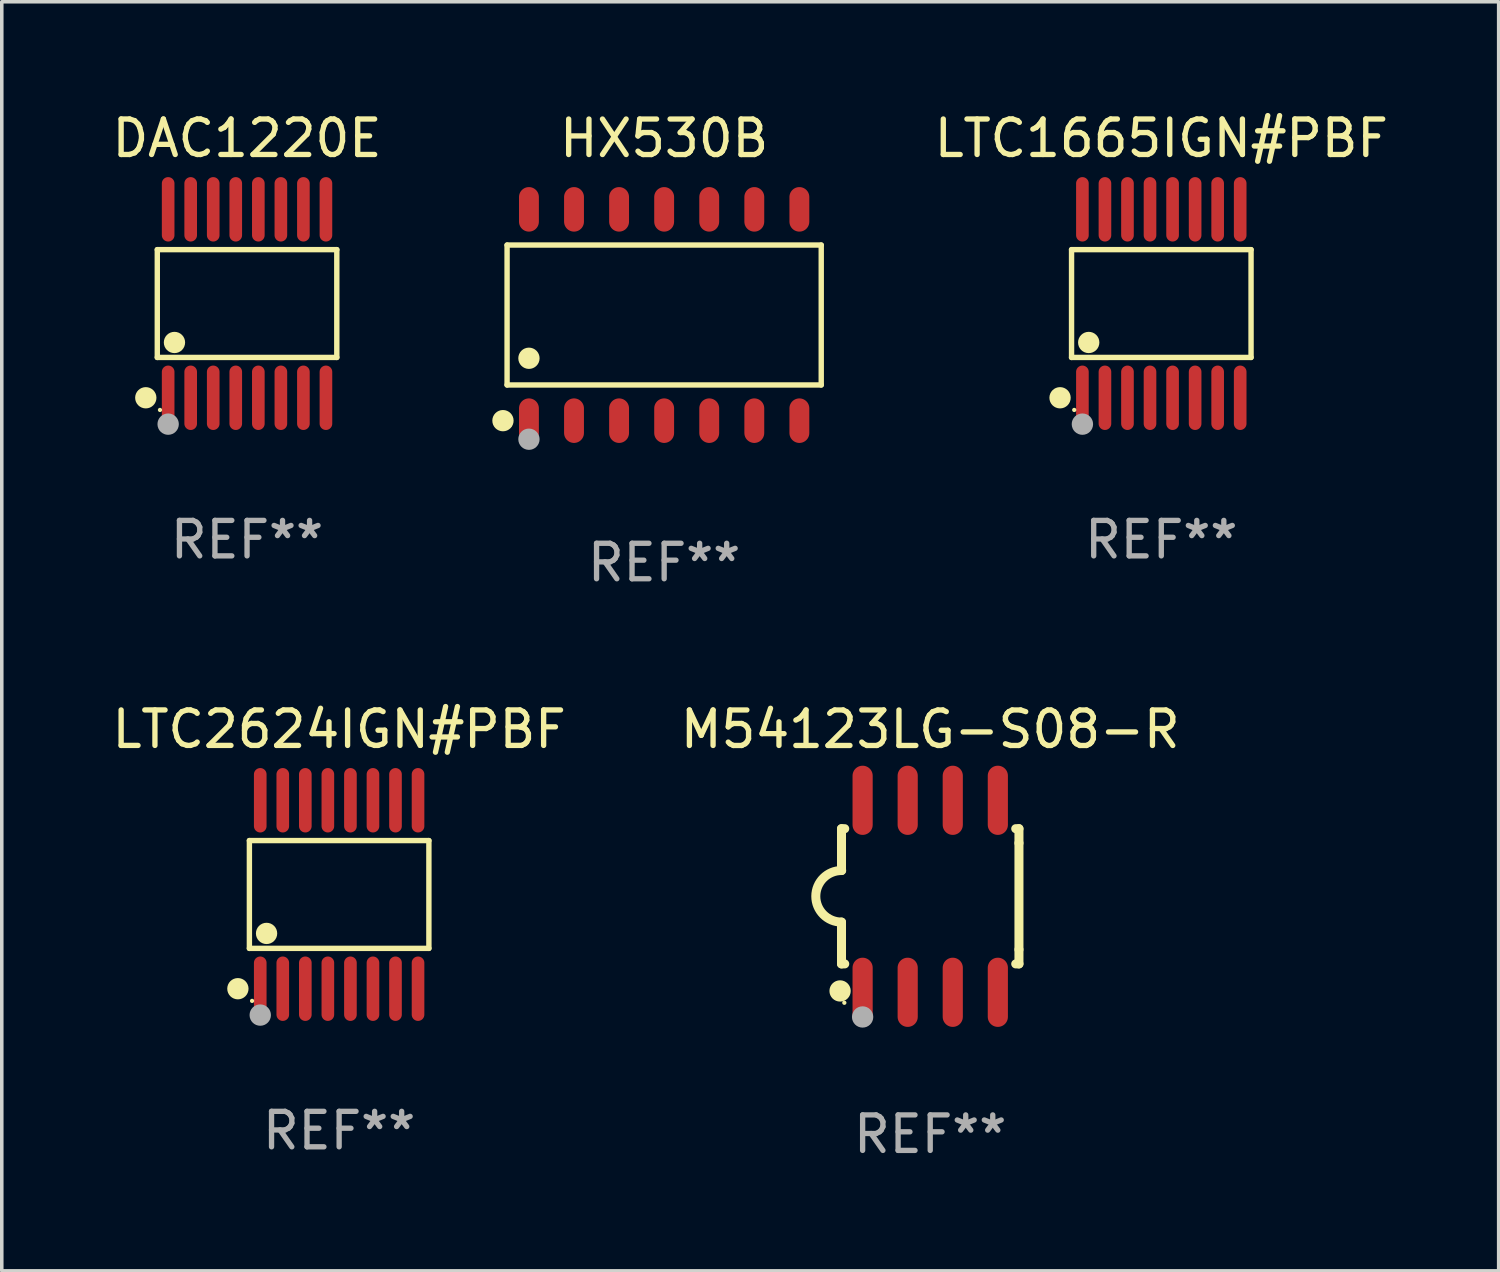
<source format=kicad_pcb>
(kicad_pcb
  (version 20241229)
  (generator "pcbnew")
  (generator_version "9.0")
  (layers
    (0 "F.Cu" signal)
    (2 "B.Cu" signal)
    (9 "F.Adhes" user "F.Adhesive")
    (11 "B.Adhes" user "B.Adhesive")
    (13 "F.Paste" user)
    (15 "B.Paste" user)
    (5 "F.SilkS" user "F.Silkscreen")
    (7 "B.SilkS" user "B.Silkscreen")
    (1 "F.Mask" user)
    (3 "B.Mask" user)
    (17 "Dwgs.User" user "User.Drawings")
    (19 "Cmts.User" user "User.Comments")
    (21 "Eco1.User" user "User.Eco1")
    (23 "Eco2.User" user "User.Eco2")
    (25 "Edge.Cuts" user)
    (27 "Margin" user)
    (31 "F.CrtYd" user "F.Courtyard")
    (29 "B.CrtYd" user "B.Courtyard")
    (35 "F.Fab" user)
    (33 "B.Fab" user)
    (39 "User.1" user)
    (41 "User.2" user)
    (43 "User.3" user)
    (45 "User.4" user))
  (footprint "M54123LG-S08-R"
    (layer "F.Cu")
    (at 23.161 22.205)
    (property "Reference" "M54123LG-S08-R" (at 0 -4.705 0) (layer "F.SilkS") (effects (font (size 1 1) (thickness 0.15))))
    (attr through_hole)
    (fp_line (start -2.5 -1.905) (end -2.409 -1.905) (stroke (width 0.254) (type solid)) (layer "F.SilkS"))
    (fp_line (start -2.5 -1.5) (end -2.5 -1.905) (stroke (width 0.254) (type solid)) (layer "F.SilkS"))
    (fp_line (start -2.5 -1.5) (end -2.5 -0.726) (stroke (width 0.254) (type solid)) (layer "F.SilkS"))
    (fp_line (start -2.5 1.5) (end -2.5 0.727) (stroke (width 0.254) (type solid)) (layer "F.SilkS"))
    (fp_line (start -2.5 1.5) (end -2.5 1.905) (stroke (width 0.254) (type solid)) (layer "F.SilkS"))
    (fp_line (start -2.5 1.905) (end -2.409 1.905) (stroke (width 0.254) (type solid)) (layer "F.SilkS"))
    (fp_line (start 2.5 -1.905) (end 2.409 -1.905) (stroke (width 0.254) (type solid)) (layer "F.SilkS"))
    (fp_line (start 2.5 -1.5) (end 2.5 -1.905) (stroke (width 0.254) (type solid)) (layer "F.SilkS"))
    (fp_line (start 2.5 -1.5) (end 2.5 1.5) (stroke (width 0.254) (type solid)) (layer "F.SilkS"))
    (fp_line (start 2.5 1.5) (end 2.5 1.905) (stroke (width 0.254) (type solid)) (layer "F.SilkS"))
    (fp_line (start 2.5 1.905) (end 2.409 1.905) (stroke (width 0.254) (type solid)) (layer "F.SilkS"))
    (fp_arc (start -2.5 0.726568) (mid -3.220316 -0.0023) (end -2.495097 -0.726289) (stroke (width 0.254001) (type solid)) (layer "F.SilkS"))
    (fp_circle (center -2.54 2.667) (end -2.39 2.667) (stroke (width 0.3) (type solid)) (fill no) (layer "F.SilkS"))
    (fp_circle (center -2.42 3) (end -2.39 3) (stroke (width 0.06) (type solid)) (fill no) (layer "F.SilkS"))
    (fp_circle (center -1.905 3.4) (end -1.755 3.4) (stroke (width 0.3) (type solid)) (fill no) (layer "F.Fab"))
    (fp_text user "REF**" (at 0 6.705 0) (layer "F.Fab") (effects (font (size 1 1) (thickness 0.15))))
    (pad "1" smd oval (at -1.905 2.705) (size 0.568 1.95) (layers "F.Cu" "F.Mask" "F.Paste"))
    (pad "2" smd oval (at -0.635 2.705) (size 0.568 1.95) (layers "F.Cu" "F.Mask" "F.Paste"))
    (pad "3" smd oval (at 0.635 2.705) (size 0.568 1.95) (layers "F.Cu" "F.Mask" "F.Paste"))
    (pad "4" smd oval (at 1.905 2.705) (size 0.568 1.95) (layers "F.Cu" "F.Mask" "F.Paste"))
    (pad "5" smd oval (at 1.905 -2.705) (size 0.568 1.95) (layers "F.Cu" "F.Mask" "F.Paste"))
    (pad "6" smd oval (at 0.635 -2.705) (size 0.568 1.95) (layers "F.Cu" "F.Mask" "F.Paste"))
    (pad "7" smd oval (at -0.635 -2.705) (size 0.568 1.95) (layers "F.Cu" "F.Mask" "F.Paste"))
    (pad "8" smd oval (at -1.905 -2.705) (size 0.568 1.95) (layers "F.Cu" "F.Mask" "F.Paste")))
  (footprint "HX530B"
    (layer "F.Cu")
    (at 15.664 5.826)
    (property "Reference" "HX530B" (at 0 -4.977 0) (layer "F.SilkS") (effects (font (size 1 1) (thickness 0.15))))
    (attr through_hole)
    (fp_line (start -4.426 -1.971) (end 4.426 -1.971) (stroke (width 0.152) (type solid)) (layer "F.SilkS"))
    (fp_line (start -4.426 1.971) (end -4.426 -1.971) (stroke (width 0.152) (type solid)) (layer "F.SilkS"))
    (fp_line (start 4.426 -1.971) (end 4.426 1.971) (stroke (width 0.152) (type solid)) (layer "F.SilkS"))
    (fp_line (start 4.426 1.971) (end -4.426 1.971) (stroke (width 0.152) (type solid)) (layer "F.SilkS"))
    (fp_circle (center -4.542 2.977) (end -4.392 2.977) (stroke (width 0.3) (type solid)) (fill no) (layer "F.SilkS"))
    (fp_circle (center -4.35 3.1) (end -4.32 3.1) (stroke (width 0.06) (type solid)) (fill no) (layer "F.SilkS"))
    (fp_circle (center -3.81 1.219) (end -3.66 1.219) (stroke (width 0.3) (type solid)) (fill no) (layer "F.SilkS"))
    (fp_circle (center -3.81 3.5) (end -3.66 3.5) (stroke (width 0.3) (type solid)) (fill no) (layer "F.Fab"))
    (fp_text user "REF**" (at 0 6.977 0) (layer "F.Fab") (effects (font (size 1 1) (thickness 0.15))))
    (pad "1" smd oval (at -3.81 2.977) (size 0.56 1.255) (layers "F.Cu" "F.Mask" "F.Paste"))
    (pad "2" smd oval (at -2.54 2.977) (size 0.56 1.255) (layers "F.Cu" "F.Mask" "F.Paste"))
    (pad "3" smd oval (at -1.27 2.977) (size 0.56 1.255) (layers "F.Cu" "F.Mask" "F.Paste"))
    (pad "4" smd oval (at 0 2.977) (size 0.56 1.255) (layers "F.Cu" "F.Mask" "F.Paste"))
    (pad "5" smd oval (at 1.27 2.977) (size 0.56 1.255) (layers "F.Cu" "F.Mask" "F.Paste"))
    (pad "6" smd oval (at 2.54 2.977) (size 0.56 1.255) (layers "F.Cu" "F.Mask" "F.Paste"))
    (pad "7" smd oval (at 3.81 2.977) (size 0.56 1.255) (layers "F.Cu" "F.Mask" "F.Paste"))
    (pad "8" smd oval (at 3.81 -2.977) (size 0.56 1.255) (layers "F.Cu" "F.Mask" "F.Paste"))
    (pad "9" smd oval (at 2.54 -2.977) (size 0.56 1.255) (layers "F.Cu" "F.Mask" "F.Paste"))
    (pad "10" smd oval (at 1.27 -2.977) (size 0.56 1.255) (layers "F.Cu" "F.Mask" "F.Paste"))
    (pad "11" smd oval (at 0 -2.977) (size 0.56 1.255) (layers "F.Cu" "F.Mask" "F.Paste"))
    (pad "12" smd oval (at -1.27 -2.977) (size 0.56 1.255) (layers "F.Cu" "F.Mask" "F.Paste"))
    (pad "13" smd oval (at -2.54 -2.977) (size 0.56 1.255) (layers "F.Cu" "F.Mask" "F.Paste"))
    (pad "14" smd oval (at -3.81 -2.977) (size 0.56 1.255) (layers "F.Cu" "F.Mask" "F.Paste")))
  (footprint "LTC2624IGN#PBF"
    (layer "F.Cu")
    (at 6.506 22.154)
    (property "Reference" "LTC2624IGN#PBF" (at 0 -4.655 0) (layer "F.SilkS") (effects (font (size 1 1) (thickness 0.15))))
    (attr through_hole)
    (fp_line (start -2.529 -1.519) (end 2.529 -1.519) (stroke (width 0.152) (type solid)) (layer "F.SilkS"))
    (fp_line (start -2.529 1.519) (end -2.529 -1.519) (stroke (width 0.152) (type solid)) (layer "F.SilkS"))
    (fp_line (start 2.529 -1.519) (end 2.529 1.519) (stroke (width 0.152) (type solid)) (layer "F.SilkS"))
    (fp_line (start 2.529 1.519) (end -2.529 1.519) (stroke (width 0.152) (type solid)) (layer "F.SilkS"))
    (fp_circle (center -2.853 2.655) (end -2.703 2.655) (stroke (width 0.3) (type solid)) (fill no) (layer "F.SilkS"))
    (fp_circle (center -2.453 2.998) (end -2.423 2.998) (stroke (width 0.06) (type solid)) (fill no) (layer "F.SilkS"))
    (fp_circle (center -2.045 1.097) (end -1.895 1.097) (stroke (width 0.3) (type solid)) (fill no) (layer "F.SilkS"))
    (fp_circle (center -2.223 3.398) (end -2.072 3.398) (stroke (width 0.3) (type solid)) (fill no) (layer "F.Fab"))
    (fp_text user "REF**" (at 0 6.655 0) (layer "F.Fab") (effects (font (size 1 1) (thickness 0.15))))
    (pad "1" smd oval (at -2.223 2.655) (size 0.356 1.815) (layers "F.Cu" "F.Mask" "F.Paste"))
    (pad "2" smd oval (at -1.588 2.655) (size 0.356 1.815) (layers "F.Cu" "F.Mask" "F.Paste"))
    (pad "3" smd oval (at -0.953 2.655) (size 0.356 1.815) (layers "F.Cu" "F.Mask" "F.Paste"))
    (pad "4" smd oval (at -0.318 2.655) (size 0.356 1.815) (layers "F.Cu" "F.Mask" "F.Paste"))
    (pad "5" smd oval (at 0.318 2.655) (size 0.356 1.815) (layers "F.Cu" "F.Mask" "F.Paste"))
    (pad "6" smd oval (at 0.953 2.655) (size 0.356 1.815) (layers "F.Cu" "F.Mask" "F.Paste"))
    (pad "7" smd oval (at 1.588 2.655) (size 0.356 1.815) (layers "F.Cu" "F.Mask" "F.Paste"))
    (pad "8" smd oval (at 2.223 2.655) (size 0.356 1.815) (layers "F.Cu" "F.Mask" "F.Paste"))
    (pad "9" smd oval (at 2.223 -2.655) (size 0.356 1.815) (layers "F.Cu" "F.Mask" "F.Paste"))
    (pad "10" smd oval (at 1.588 -2.655) (size 0.356 1.815) (layers "F.Cu" "F.Mask" "F.Paste"))
    (pad "11" smd oval (at 0.953 -2.655) (size 0.356 1.815) (layers "F.Cu" "F.Mask" "F.Paste"))
    (pad "12" smd oval (at 0.318 -2.655) (size 0.356 1.815) (layers "F.Cu" "F.Mask" "F.Paste"))
    (pad "13" smd oval (at -0.318 -2.655) (size 0.356 1.815) (layers "F.Cu" "F.Mask" "F.Paste"))
    (pad "14" smd oval (at -0.953 -2.655) (size 0.356 1.815) (layers "F.Cu" "F.Mask" "F.Paste"))
    (pad "15" smd oval (at -1.588 -2.655) (size 0.356 1.815) (layers "F.Cu" "F.Mask" "F.Paste"))
    (pad "16" smd oval (at -2.223 -2.655) (size 0.356 1.815) (layers "F.Cu" "F.Mask" "F.Paste")))
  (footprint "LTC1665IGN#PBF"
    (layer "F.Cu")
    (at 29.672 5.503)
    (property "Reference" "LTC1665IGN#PBF" (at 0 -4.655 0) (layer "F.SilkS") (effects (font (size 1 1) (thickness 0.15))))
    (attr through_hole)
    (fp_line (start -2.529 -1.519) (end 2.529 -1.519) (stroke (width 0.152) (type solid)) (layer "F.SilkS"))
    (fp_line (start -2.529 1.519) (end -2.529 -1.519) (stroke (width 0.152) (type solid)) (layer "F.SilkS"))
    (fp_line (start 2.529 -1.519) (end 2.529 1.519) (stroke (width 0.152) (type solid)) (layer "F.SilkS"))
    (fp_line (start 2.529 1.519) (end -2.529 1.519) (stroke (width 0.152) (type solid)) (layer "F.SilkS"))
    (fp_circle (center -2.853 2.655) (end -2.703 2.655) (stroke (width 0.3) (type solid)) (fill no) (layer "F.SilkS"))
    (fp_circle (center -2.453 2.998) (end -2.423 2.998) (stroke (width 0.06) (type solid)) (fill no) (layer "F.SilkS"))
    (fp_circle (center -2.045 1.097) (end -1.895 1.097) (stroke (width 0.3) (type solid)) (fill no) (layer "F.SilkS"))
    (fp_circle (center -2.223 3.398) (end -2.072 3.398) (stroke (width 0.3) (type solid)) (fill no) (layer "F.Fab"))
    (fp_text user "REF**" (at 0 6.655 0) (layer "F.Fab") (effects (font (size 1 1) (thickness 0.15))))
    (pad "1" smd oval (at -2.223 2.655) (size 0.356 1.815) (layers "F.Cu" "F.Mask" "F.Paste"))
    (pad "2" smd oval (at -1.588 2.655) (size 0.356 1.815) (layers "F.Cu" "F.Mask" "F.Paste"))
    (pad "3" smd oval (at -0.953 2.655) (size 0.356 1.815) (layers "F.Cu" "F.Mask" "F.Paste"))
    (pad "4" smd oval (at -0.318 2.655) (size 0.356 1.815) (layers "F.Cu" "F.Mask" "F.Paste"))
    (pad "5" smd oval (at 0.318 2.655) (size 0.356 1.815) (layers "F.Cu" "F.Mask" "F.Paste"))
    (pad "6" smd oval (at 0.953 2.655) (size 0.356 1.815) (layers "F.Cu" "F.Mask" "F.Paste"))
    (pad "7" smd oval (at 1.588 2.655) (size 0.356 1.815) (layers "F.Cu" "F.Mask" "F.Paste"))
    (pad "8" smd oval (at 2.223 2.655) (size 0.356 1.815) (layers "F.Cu" "F.Mask" "F.Paste"))
    (pad "9" smd oval (at 2.223 -2.655) (size 0.356 1.815) (layers "F.Cu" "F.Mask" "F.Paste"))
    (pad "10" smd oval (at 1.588 -2.655) (size 0.356 1.815) (layers "F.Cu" "F.Mask" "F.Paste"))
    (pad "11" smd oval (at 0.953 -2.655) (size 0.356 1.815) (layers "F.Cu" "F.Mask" "F.Paste"))
    (pad "12" smd oval (at 0.318 -2.655) (size 0.356 1.815) (layers "F.Cu" "F.Mask" "F.Paste"))
    (pad "13" smd oval (at -0.318 -2.655) (size 0.356 1.815) (layers "F.Cu" "F.Mask" "F.Paste"))
    (pad "14" smd oval (at -0.953 -2.655) (size 0.356 1.815) (layers "F.Cu" "F.Mask" "F.Paste"))
    (pad "15" smd oval (at -1.588 -2.655) (size 0.356 1.815) (layers "F.Cu" "F.Mask" "F.Paste"))
    (pad "16" smd oval (at -2.223 -2.655) (size 0.356 1.815) (layers "F.Cu" "F.Mask" "F.Paste")))
  (footprint "DAC1220E"
    (layer "F.Cu")
    (at 3.911 5.503)
    (property "Reference" "DAC1220E" (at 0 -4.655 0) (layer "F.SilkS") (effects (font (size 1 1) (thickness 0.15))))
    (attr through_hole)
    (fp_line (start -2.529 -1.519) (end 2.529 -1.519) (stroke (width 0.152) (type solid)) (layer "F.SilkS"))
    (fp_line (start -2.529 1.519) (end -2.529 -1.519) (stroke (width 0.152) (type solid)) (layer "F.SilkS"))
    (fp_line (start 2.529 -1.519) (end 2.529 1.519) (stroke (width 0.152) (type solid)) (layer "F.SilkS"))
    (fp_line (start 2.529 1.519) (end -2.529 1.519) (stroke (width 0.152) (type solid)) (layer "F.SilkS"))
    (fp_circle (center -2.853 2.655) (end -2.703 2.655) (stroke (width 0.3) (type solid)) (fill no) (layer "F.SilkS"))
    (fp_circle (center -2.453 2.998) (end -2.423 2.998) (stroke (width 0.06) (type solid)) (fill no) (layer "F.SilkS"))
    (fp_circle (center -2.045 1.097) (end -1.895 1.097) (stroke (width 0.3) (type solid)) (fill no) (layer "F.SilkS"))
    (fp_circle (center -2.223 3.398) (end -2.072 3.398) (stroke (width 0.3) (type solid)) (fill no) (layer "F.Fab"))
    (fp_text user "REF**" (at 0 6.655 0) (layer "F.Fab") (effects (font (size 1 1) (thickness 0.15))))
    (pad "1" smd oval (at -2.223 2.655) (size 0.356 1.815) (layers "F.Cu" "F.Mask" "F.Paste"))
    (pad "2" smd oval (at -1.588 2.655) (size 0.356 1.815) (layers "F.Cu" "F.Mask" "F.Paste"))
    (pad "3" smd oval (at -0.953 2.655) (size 0.356 1.815) (layers "F.Cu" "F.Mask" "F.Paste"))
    (pad "4" smd oval (at -0.318 2.655) (size 0.356 1.815) (layers "F.Cu" "F.Mask" "F.Paste"))
    (pad "5" smd oval (at 0.318 2.655) (size 0.356 1.815) (layers "F.Cu" "F.Mask" "F.Paste"))
    (pad "6" smd oval (at 0.953 2.655) (size 0.356 1.815) (layers "F.Cu" "F.Mask" "F.Paste"))
    (pad "7" smd oval (at 1.588 2.655) (size 0.356 1.815) (layers "F.Cu" "F.Mask" "F.Paste"))
    (pad "8" smd oval (at 2.223 2.655) (size 0.356 1.815) (layers "F.Cu" "F.Mask" "F.Paste"))
    (pad "9" smd oval (at 2.223 -2.655) (size 0.356 1.815) (layers "F.Cu" "F.Mask" "F.Paste"))
    (pad "10" smd oval (at 1.588 -2.655) (size 0.356 1.815) (layers "F.Cu" "F.Mask" "F.Paste"))
    (pad "11" smd oval (at 0.953 -2.655) (size 0.356 1.815) (layers "F.Cu" "F.Mask" "F.Paste"))
    (pad "12" smd oval (at 0.318 -2.655) (size 0.356 1.815) (layers "F.Cu" "F.Mask" "F.Paste"))
    (pad "13" smd oval (at -0.318 -2.655) (size 0.356 1.815) (layers "F.Cu" "F.Mask" "F.Paste"))
    (pad "14" smd oval (at -0.953 -2.655) (size 0.356 1.815) (layers "F.Cu" "F.Mask" "F.Paste"))
    (pad "15" smd oval (at -1.588 -2.655) (size 0.356 1.815) (layers "F.Cu" "F.Mask" "F.Paste"))
    (pad "16" smd oval (at -2.223 -2.655) (size 0.356 1.815) (layers "F.Cu" "F.Mask" "F.Paste")))
  (gr_rect
    (start -3 -3)
    (end 39.178 32.758)
    (stroke (width 0.1) (type default))
    (fill no)
    (layer "Edge.Cuts")))
</source>
